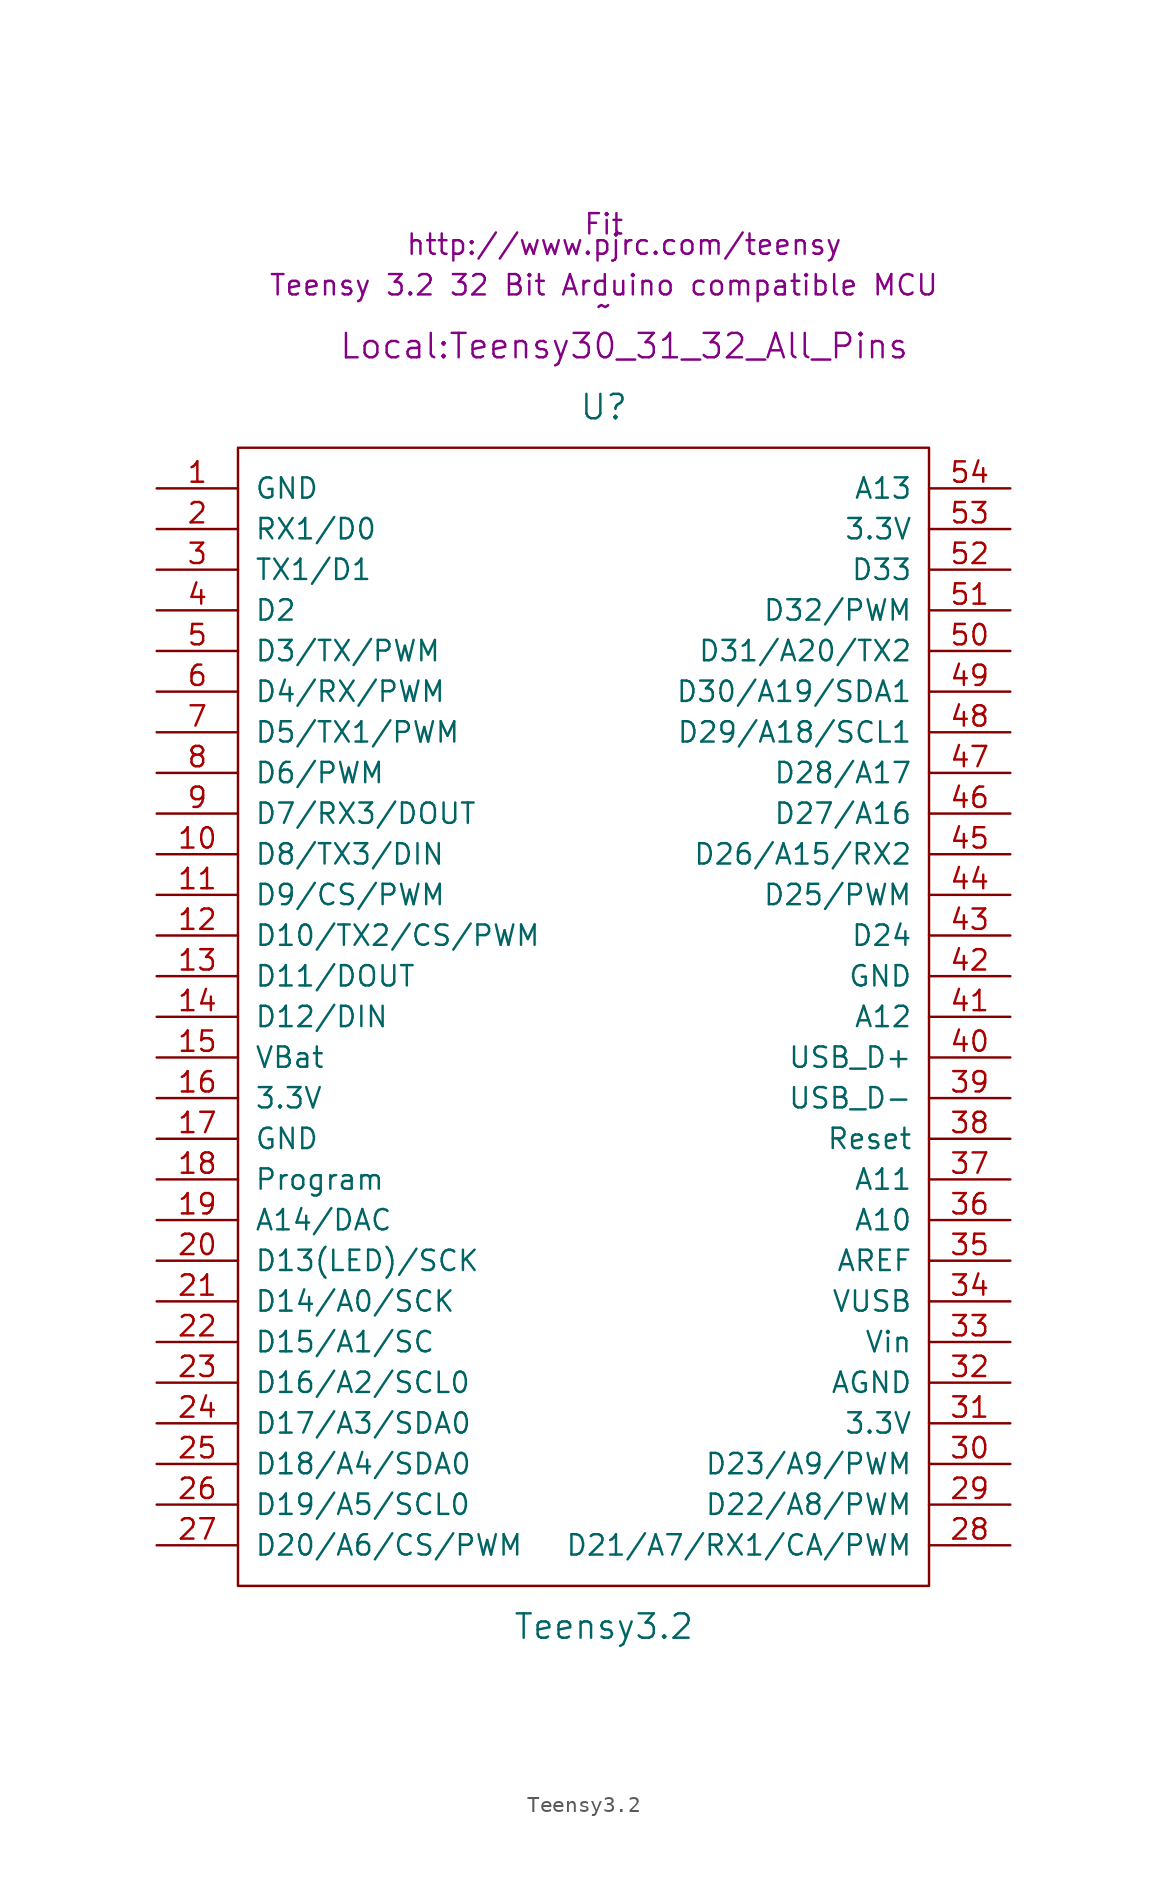
<source format=kicad_sym>
(kicad_symbol_lib
  (version 20211014)
  (generator kicad_symbol_editor)
  (symbol "Teensy3.2"
    (pin_names
      (offset 1.016))
    (property "Reference" "U"
      (at 0 38.1 0)
      (effects (font (size 1.524 1.524))))
    (property "Value" "Teensy3.2"
      (at 0 -38.1 0)
      (effects (font (size 1.524 1.524))))
    (property "Footprint" "Local:Teensy30_31_32_All_Pins"
      (at 1.27 41.91 0)
      (effects (font (size 1.524 1.524))))
    (property "Datasheet" ""
      (at -7.62 -20.32 0)
      (effects (font (size 1.524 1.524))))
    (property "MFG P/N" "~"
      (at 0 44.45 0)
      (effects (font (size 1.27 1.27))))
    (property "Part link" "http://www.pjrc.com/teensy"
      (at 1.27 48.26 0)
      (effects (font (size 1.27 1.27))))
    (property "Config" "Fit"
      (at 0 49.53 0)
      (effects (font (size 1.27 1.27))))
    (property "Description" "Teensy 3.2 32 Bit Arduino compatible MCU"
      (at 0 45.72 0)
      (effects (font (size 1.27 1.27))))
    (symbol "Teensy3.2_0_1"
      (rectangle (start -22.86 35.56) (end 20.32 -35.56) (stroke (width 0) (type default) (color 0 0 0 0)) (fill (type none))))
    (symbol "Teensy3.2_1_1"
      (pin power_in line (at -27.94 33.02 0) (length 5.08) (name "GND" (effects (font (size 1.27 1.27)))) (number "1" (effects (font (size 1.27 1.27)))))
      (pin bidirectional line (at -27.94 10.16 0) (length 5.08) (name "D8/TX3/DIN" (effects (font (size 1.27 1.27)))) (number "10" (effects (font (size 1.27 1.27)))))
      (pin bidirectional line (at -27.94 7.62 0) (length 5.08) (name "D9/CS/PWM" (effects (font (size 1.27 1.27)))) (number "11" (effects (font (size 1.27 1.27)))))
      (pin bidirectional line (at -27.94 5.08 0) (length 5.08) (name "D10/TX2/CS/PWM" (effects (font (size 1.27 1.27)))) (number "12" (effects (font (size 1.27 1.27)))))
      (pin bidirectional line (at -27.94 2.54 0) (length 5.08) (name "D11/DOUT" (effects (font (size 1.27 1.27)))) (number "13" (effects (font (size 1.27 1.27)))))
      (pin bidirectional line (at -27.94 0 0) (length 5.08) (name "D12/DIN" (effects (font (size 1.27 1.27)))) (number "14" (effects (font (size 1.27 1.27)))))
      (pin power_in line (at -27.94 -2.54 0) (length 5.08) (name "VBat" (effects (font (size 1.27 1.27)))) (number "15" (effects (font (size 1.27 1.27)))))
      (pin power_in line (at -27.94 -5.08 0) (length 5.08) (name "3.3V" (effects (font (size 1.27 1.27)))) (number "16" (effects (font (size 1.27 1.27)))))
      (pin power_in line (at -27.94 -7.62 0) (length 5.08) (name "GND" (effects (font (size 1.27 1.27)))) (number "17" (effects (font (size 1.27 1.27)))))
      (pin bidirectional line (at -27.94 -10.16 0) (length 5.08) (name "Program" (effects (font (size 1.27 1.27)))) (number "18" (effects (font (size 1.27 1.27)))))
      (pin input line (at -27.94 -12.7 0) (length 5.08) (name "A14/DAC" (effects (font (size 1.27 1.27)))) (number "19" (effects (font (size 1.27 1.27)))))
      (pin bidirectional line (at -27.94 30.48 0) (length 5.08) (name "RX1/D0" (effects (font (size 1.27 1.27)))) (number "2" (effects (font (size 1.27 1.27)))))
      (pin bidirectional line (at -27.94 -15.24 0) (length 5.08) (name "D13(LED)/SCK" (effects (font (size 1.27 1.27)))) (number "20" (effects (font (size 1.27 1.27)))))
      (pin power_in line (at -27.94 -17.78 0) (length 5.08) (name "D14/A0/SCK" (effects (font (size 1.27 1.27)))) (number "21" (effects (font (size 1.27 1.27)))))
      (pin power_in line (at -27.94 -20.32 0) (length 5.08) (name "D15/A1/SC" (effects (font (size 1.27 1.27)))) (number "22" (effects (font (size 1.27 1.27)))))
      (pin input line (at -27.94 -22.86 0) (length 5.08) (name "D16/A2/SCL0" (effects (font (size 1.27 1.27)))) (number "23" (effects (font (size 1.27 1.27)))))
      (pin bidirectional line (at -27.94 -25.4 0) (length 5.08) (name "D17/A3/SDA0" (effects (font (size 1.27 1.27)))) (number "24" (effects (font (size 1.27 1.27)))))
      (pin bidirectional line (at -27.94 -27.94 0) (length 5.08) (name "D18/A4/SDA0" (effects (font (size 1.27 1.27)))) (number "25" (effects (font (size 1.27 1.27)))))
      (pin bidirectional line (at -27.94 -30.48 0) (length 5.08) (name "D19/A5/SCL0" (effects (font (size 1.27 1.27)))) (number "26" (effects (font (size 1.27 1.27)))))
      (pin bidirectional line (at -27.94 -33.02 0) (length 5.08) (name "D20/A6/CS/PWM" (effects (font (size 1.27 1.27)))) (number "27" (effects (font (size 1.27 1.27)))))
      (pin bidirectional line (at 25.4 -33.02 180) (length 5.08) (name "D21/A7/RX1/CA/PWM" (effects (font (size 1.27 1.27)))) (number "28" (effects (font (size 1.27 1.27)))))
      (pin bidirectional line (at 25.4 -30.48 180) (length 5.08) (name "D22/A8/PWM" (effects (font (size 1.27 1.27)))) (number "29" (effects (font (size 1.27 1.27)))))
      (pin bidirectional line (at -27.94 27.94 0) (length 5.08) (name "TX1/D1" (effects (font (size 1.27 1.27)))) (number "3" (effects (font (size 1.27 1.27)))))
      (pin bidirectional line (at 25.4 -27.94 180) (length 5.08) (name "D23/A9/PWM" (effects (font (size 1.27 1.27)))) (number "30" (effects (font (size 1.27 1.27)))))
      (pin power_out line (at 25.4 -25.4 180) (length 5.08) (name "3.3V" (effects (font (size 1.27 1.27)))) (number "31" (effects (font (size 1.27 1.27)))))
      (pin power_in line (at 25.4 -22.86 180) (length 5.08) (name "AGND" (effects (font (size 1.27 1.27)))) (number "32" (effects (font (size 1.27 1.27)))))
      (pin power_out line (at 25.4 -20.32 180) (length 5.08) (name "Vin" (effects (font (size 1.27 1.27)))) (number "33" (effects (font (size 1.27 1.27)))))
      (pin power_in line (at 25.4 -17.78 180) (length 5.08) (name "VUSB" (effects (font (size 1.27 1.27)))) (number "34" (effects (font (size 1.27 1.27)))))
      (pin input line (at 25.4 -15.24 180) (length 5.08) (name "AREF" (effects (font (size 1.27 1.27)))) (number "35" (effects (font (size 1.27 1.27)))))
      (pin input line (at 25.4 -12.7 180) (length 5.08) (name "A10" (effects (font (size 1.27 1.27)))) (number "36" (effects (font (size 1.27 1.27)))))
      (pin input line (at 25.4 -10.16 180) (length 5.08) (name "A11" (effects (font (size 1.27 1.27)))) (number "37" (effects (font (size 1.27 1.27)))))
      (pin input line (at 25.4 -7.62 180) (length 5.08) (name "Reset" (effects (font (size 1.27 1.27)))) (number "38" (effects (font (size 1.27 1.27)))))
      (pin bidirectional line (at 25.4 -5.08 180) (length 5.08) (name "USB_D-" (effects (font (size 1.27 1.27)))) (number "39" (effects (font (size 1.27 1.27)))))
      (pin bidirectional line (at -27.94 25.4 0) (length 5.08) (name "D2" (effects (font (size 1.27 1.27)))) (number "4" (effects (font (size 1.27 1.27)))))
      (pin bidirectional line (at 25.4 -2.54 180) (length 5.08) (name "USB_D+" (effects (font (size 1.27 1.27)))) (number "40" (effects (font (size 1.27 1.27)))))
      (pin input line (at 25.4 0 180) (length 5.08) (name "A12" (effects (font (size 1.27 1.27)))) (number "41" (effects (font (size 1.27 1.27)))))
      (pin power_in line (at 25.4 2.54 180) (length 5.08) (name "GND" (effects (font (size 1.27 1.27)))) (number "42" (effects (font (size 1.27 1.27)))))
      (pin bidirectional line (at 25.4 5.08 180) (length 5.08) (name "D24" (effects (font (size 1.27 1.27)))) (number "43" (effects (font (size 1.27 1.27)))))
      (pin bidirectional line (at 25.4 7.62 180) (length 5.08) (name "D25/PWM" (effects (font (size 1.27 1.27)))) (number "44" (effects (font (size 1.27 1.27)))))
      (pin bidirectional line (at 25.4 10.16 180) (length 5.08) (name "D26/A15/RX2" (effects (font (size 1.27 1.27)))) (number "45" (effects (font (size 1.27 1.27)))))
      (pin bidirectional line (at 25.4 12.7 180) (length 5.08) (name "D27/A16" (effects (font (size 1.27 1.27)))) (number "46" (effects (font (size 1.27 1.27)))))
      (pin bidirectional line (at 25.4 15.24 180) (length 5.08) (name "D28/A17" (effects (font (size 1.27 1.27)))) (number "47" (effects (font (size 1.27 1.27)))))
      (pin bidirectional line (at 25.4 17.78 180) (length 5.08) (name "D29/A18/SCL1" (effects (font (size 1.27 1.27)))) (number "48" (effects (font (size 1.27 1.27)))))
      (pin bidirectional line (at 25.4 20.32 180) (length 5.08) (name "D30/A19/SDA1" (effects (font (size 1.27 1.27)))) (number "49" (effects (font (size 1.27 1.27)))))
      (pin bidirectional line (at -27.94 22.86 0) (length 5.08) (name "D3/TX/PWM" (effects (font (size 1.27 1.27)))) (number "5" (effects (font (size 1.27 1.27)))))
      (pin bidirectional line (at 25.4 22.86 180) (length 5.08) (name "D31/A20/TX2" (effects (font (size 1.27 1.27)))) (number "50" (effects (font (size 1.27 1.27)))))
      (pin bidirectional line (at 25.4 25.4 180) (length 5.08) (name "D32/PWM" (effects (font (size 1.27 1.27)))) (number "51" (effects (font (size 1.27 1.27)))))
      (pin bidirectional line (at 25.4 27.94 180) (length 5.08) (name "D33" (effects (font (size 1.27 1.27)))) (number "52" (effects (font (size 1.27 1.27)))))
      (pin power_in line (at 25.4 30.48 180) (length 5.08) (name "3.3V" (effects (font (size 1.27 1.27)))) (number "53" (effects (font (size 1.27 1.27)))))
      (pin input line (at 25.4 33.02 180) (length 5.08) (name "A13" (effects (font (size 1.27 1.27)))) (number "54" (effects (font (size 1.27 1.27)))))
      (pin bidirectional line (at -27.94 20.32 0) (length 5.08) (name "D4/RX/PWM" (effects (font (size 1.27 1.27)))) (number "6" (effects (font (size 1.27 1.27)))))
      (pin bidirectional line (at -27.94 17.78 0) (length 5.08) (name "D5/TX1/PWM" (effects (font (size 1.27 1.27)))) (number "7" (effects (font (size 1.27 1.27)))))
      (pin bidirectional line (at -27.94 15.24 0) (length 5.08) (name "D6/PWM" (effects (font (size 1.27 1.27)))) (number "8" (effects (font (size 1.27 1.27)))))
      (pin bidirectional line (at -27.94 12.7 0) (length 5.08) (name "D7/RX3/DOUT" (effects (font (size 1.27 1.27)))) (number "9" (effects (font (size 1.27 1.27))))))))
</source>
